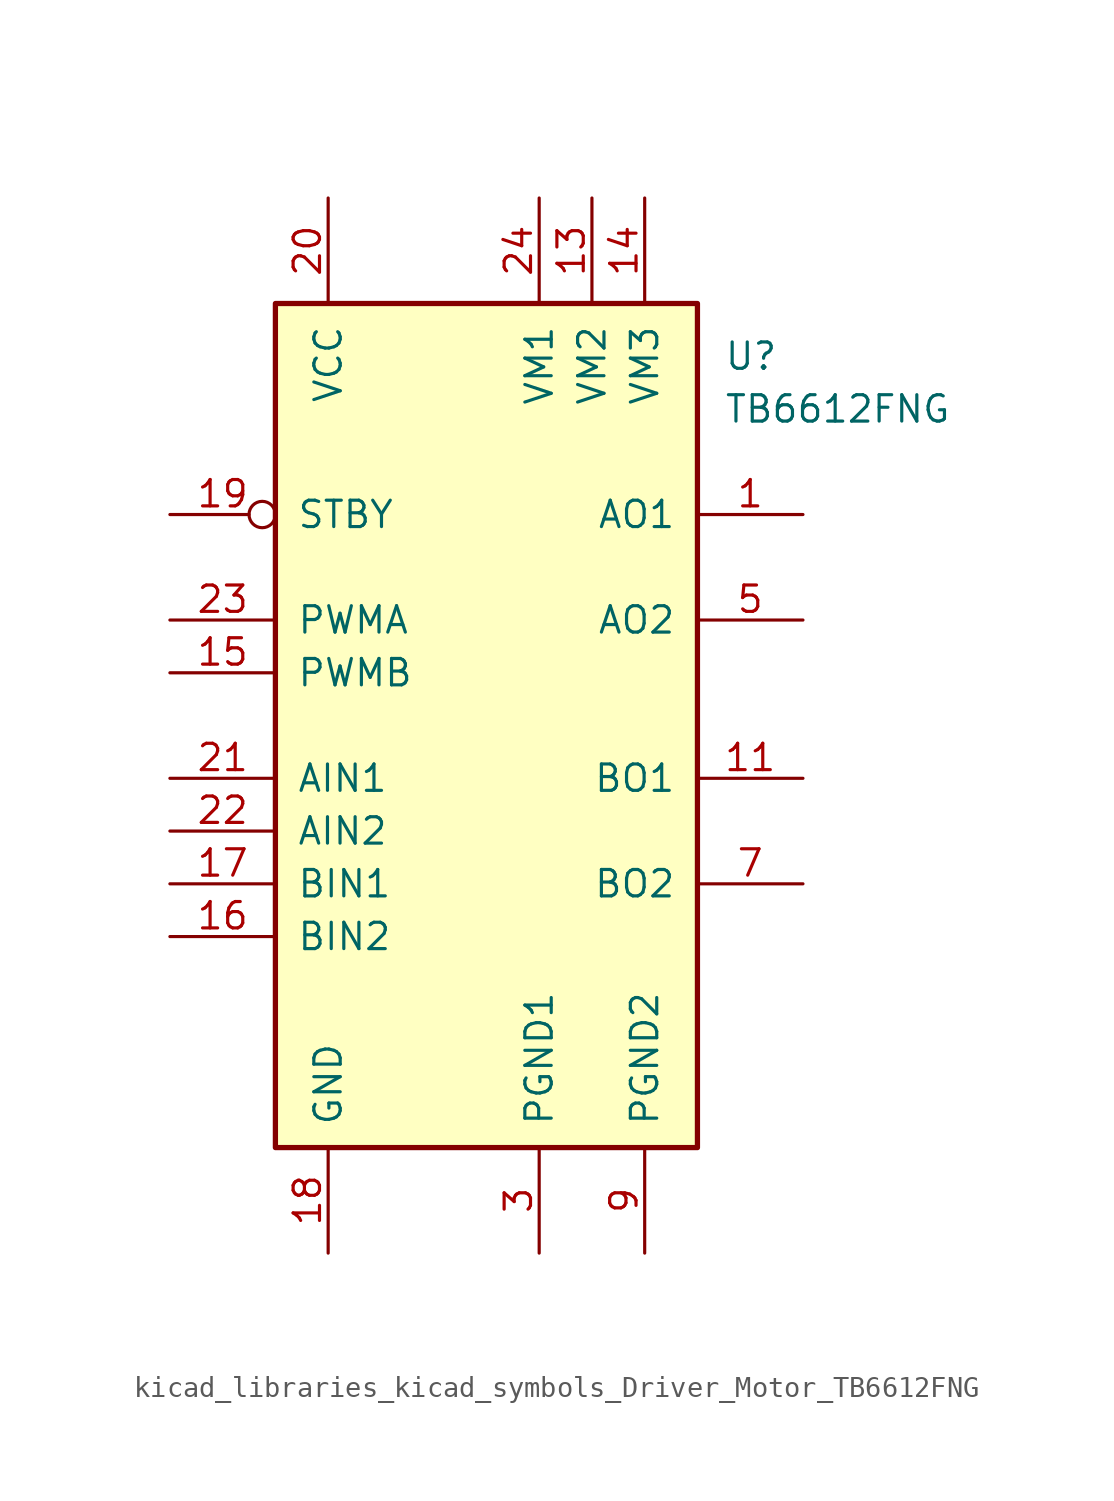
<source format=kicad_sym>
(kicad_symbol_lib
  (version 20220914)
  (generator kicad_symbol_editor)
  (symbol "kicad_libraries_kicad_symbols_Driver_Motor_TB6612FNG"
    (pin_names
      (offset 1.016))
    (property "Reference" "U"
      (at 11.43 17.78 0)
      (effects (font (size 1.27 1.27)) (justify left)))
    (property "Value" "TB6612FNG"
      (at 11.43 15.24 0)
      (effects (font (size 1.27 1.27)) (justify left)))
    (symbol "kicad_libraries_kicad_symbols_Driver_Motor_TB6612FNG_0_1"
      (rectangle (start -10.16 20.32) (end 10.16 -20.32) (stroke (width 0.254) (type default)) (fill (type background))))
    (symbol "kicad_libraries_kicad_symbols_Driver_Motor_TB6612FNG_1_1"
      (pin output line (at 15.24 10.16 180) (length 5.08) (name "AO1" (effects (font (size 1.27 1.27)))) (number "1" (effects (font (size 1.27 1.27)))))
      (pin passive line (at 7.62 -25.4 90) (length 5.08) hide (name "PGND2" (effects (font (size 1.27 1.27)))) (number "10" (effects (font (size 1.27 1.27)))))
      (pin output line (at 15.24 -2.54 180) (length 5.08) (name "BO1" (effects (font (size 1.27 1.27)))) (number "11" (effects (font (size 1.27 1.27)))))
      (pin passive line (at 15.24 -2.54 180) (length 5.08) hide (name "BO1" (effects (font (size 1.27 1.27)))) (number "12" (effects (font (size 1.27 1.27)))))
      (pin power_in line (at 5.08 25.4 270) (length 5.08) (name "VM2" (effects (font (size 1.27 1.27)))) (number "13" (effects (font (size 1.27 1.27)))))
      (pin power_in line (at 7.62 25.4 270) (length 5.08) (name "VM3" (effects (font (size 1.27 1.27)))) (number "14" (effects (font (size 1.27 1.27)))))
      (pin input line (at -15.24 2.54 0) (length 5.08) (name "PWMB" (effects (font (size 1.27 1.27)))) (number "15" (effects (font (size 1.27 1.27)))))
      (pin input line (at -15.24 -10.16 0) (length 5.08) (name "BIN2" (effects (font (size 1.27 1.27)))) (number "16" (effects (font (size 1.27 1.27)))))
      (pin input line (at -15.24 -7.62 0) (length 5.08) (name "BIN1" (effects (font (size 1.27 1.27)))) (number "17" (effects (font (size 1.27 1.27)))))
      (pin power_in line (at -7.62 -25.4 90) (length 5.08) (name "GND" (effects (font (size 1.27 1.27)))) (number "18" (effects (font (size 1.27 1.27)))))
      (pin input inverted (at -15.24 10.16 0) (length 5.08) (name "STBY" (effects (font (size 1.27 1.27)))) (number "19" (effects (font (size 1.27 1.27)))))
      (pin passive line (at 15.24 10.16 180) (length 5.08) hide (name "AO1" (effects (font (size 1.27 1.27)))) (number "2" (effects (font (size 1.27 1.27)))))
      (pin power_in line (at -7.62 25.4 270) (length 5.08) (name "VCC" (effects (font (size 1.27 1.27)))) (number "20" (effects (font (size 1.27 1.27)))))
      (pin input line (at -15.24 -2.54 0) (length 5.08) (name "AIN1" (effects (font (size 1.27 1.27)))) (number "21" (effects (font (size 1.27 1.27)))))
      (pin input line (at -15.24 -5.08 0) (length 5.08) (name "AIN2" (effects (font (size 1.27 1.27)))) (number "22" (effects (font (size 1.27 1.27)))))
      (pin input line (at -15.24 5.08 0) (length 5.08) (name "PWMA" (effects (font (size 1.27 1.27)))) (number "23" (effects (font (size 1.27 1.27)))))
      (pin power_in line (at 2.54 25.4 270) (length 5.08) (name "VM1" (effects (font (size 1.27 1.27)))) (number "24" (effects (font (size 1.27 1.27)))))
      (pin power_in line (at 2.54 -25.4 90) (length 5.08) (name "PGND1" (effects (font (size 1.27 1.27)))) (number "3" (effects (font (size 1.27 1.27)))))
      (pin passive line (at 2.54 -25.4 90) (length 5.08) hide (name "PGND1" (effects (font (size 1.27 1.27)))) (number "4" (effects (font (size 1.27 1.27)))))
      (pin output line (at 15.24 5.08 180) (length 5.08) (name "AO2" (effects (font (size 1.27 1.27)))) (number "5" (effects (font (size 1.27 1.27)))))
      (pin passive line (at 15.24 5.08 180) (length 5.08) hide (name "AO2" (effects (font (size 1.27 1.27)))) (number "6" (effects (font (size 1.27 1.27)))))
      (pin output line (at 15.24 -7.62 180) (length 5.08) (name "BO2" (effects (font (size 1.27 1.27)))) (number "7" (effects (font (size 1.27 1.27)))))
      (pin passive line (at 15.24 -7.62 180) (length 5.08) hide (name "BO2" (effects (font (size 1.27 1.27)))) (number "8" (effects (font (size 1.27 1.27)))))
      (pin power_in line (at 7.62 -25.4 90) (length 5.08) (name "PGND2" (effects (font (size 1.27 1.27)))) (number "9" (effects (font (size 1.27 1.27))))))))
</source>
